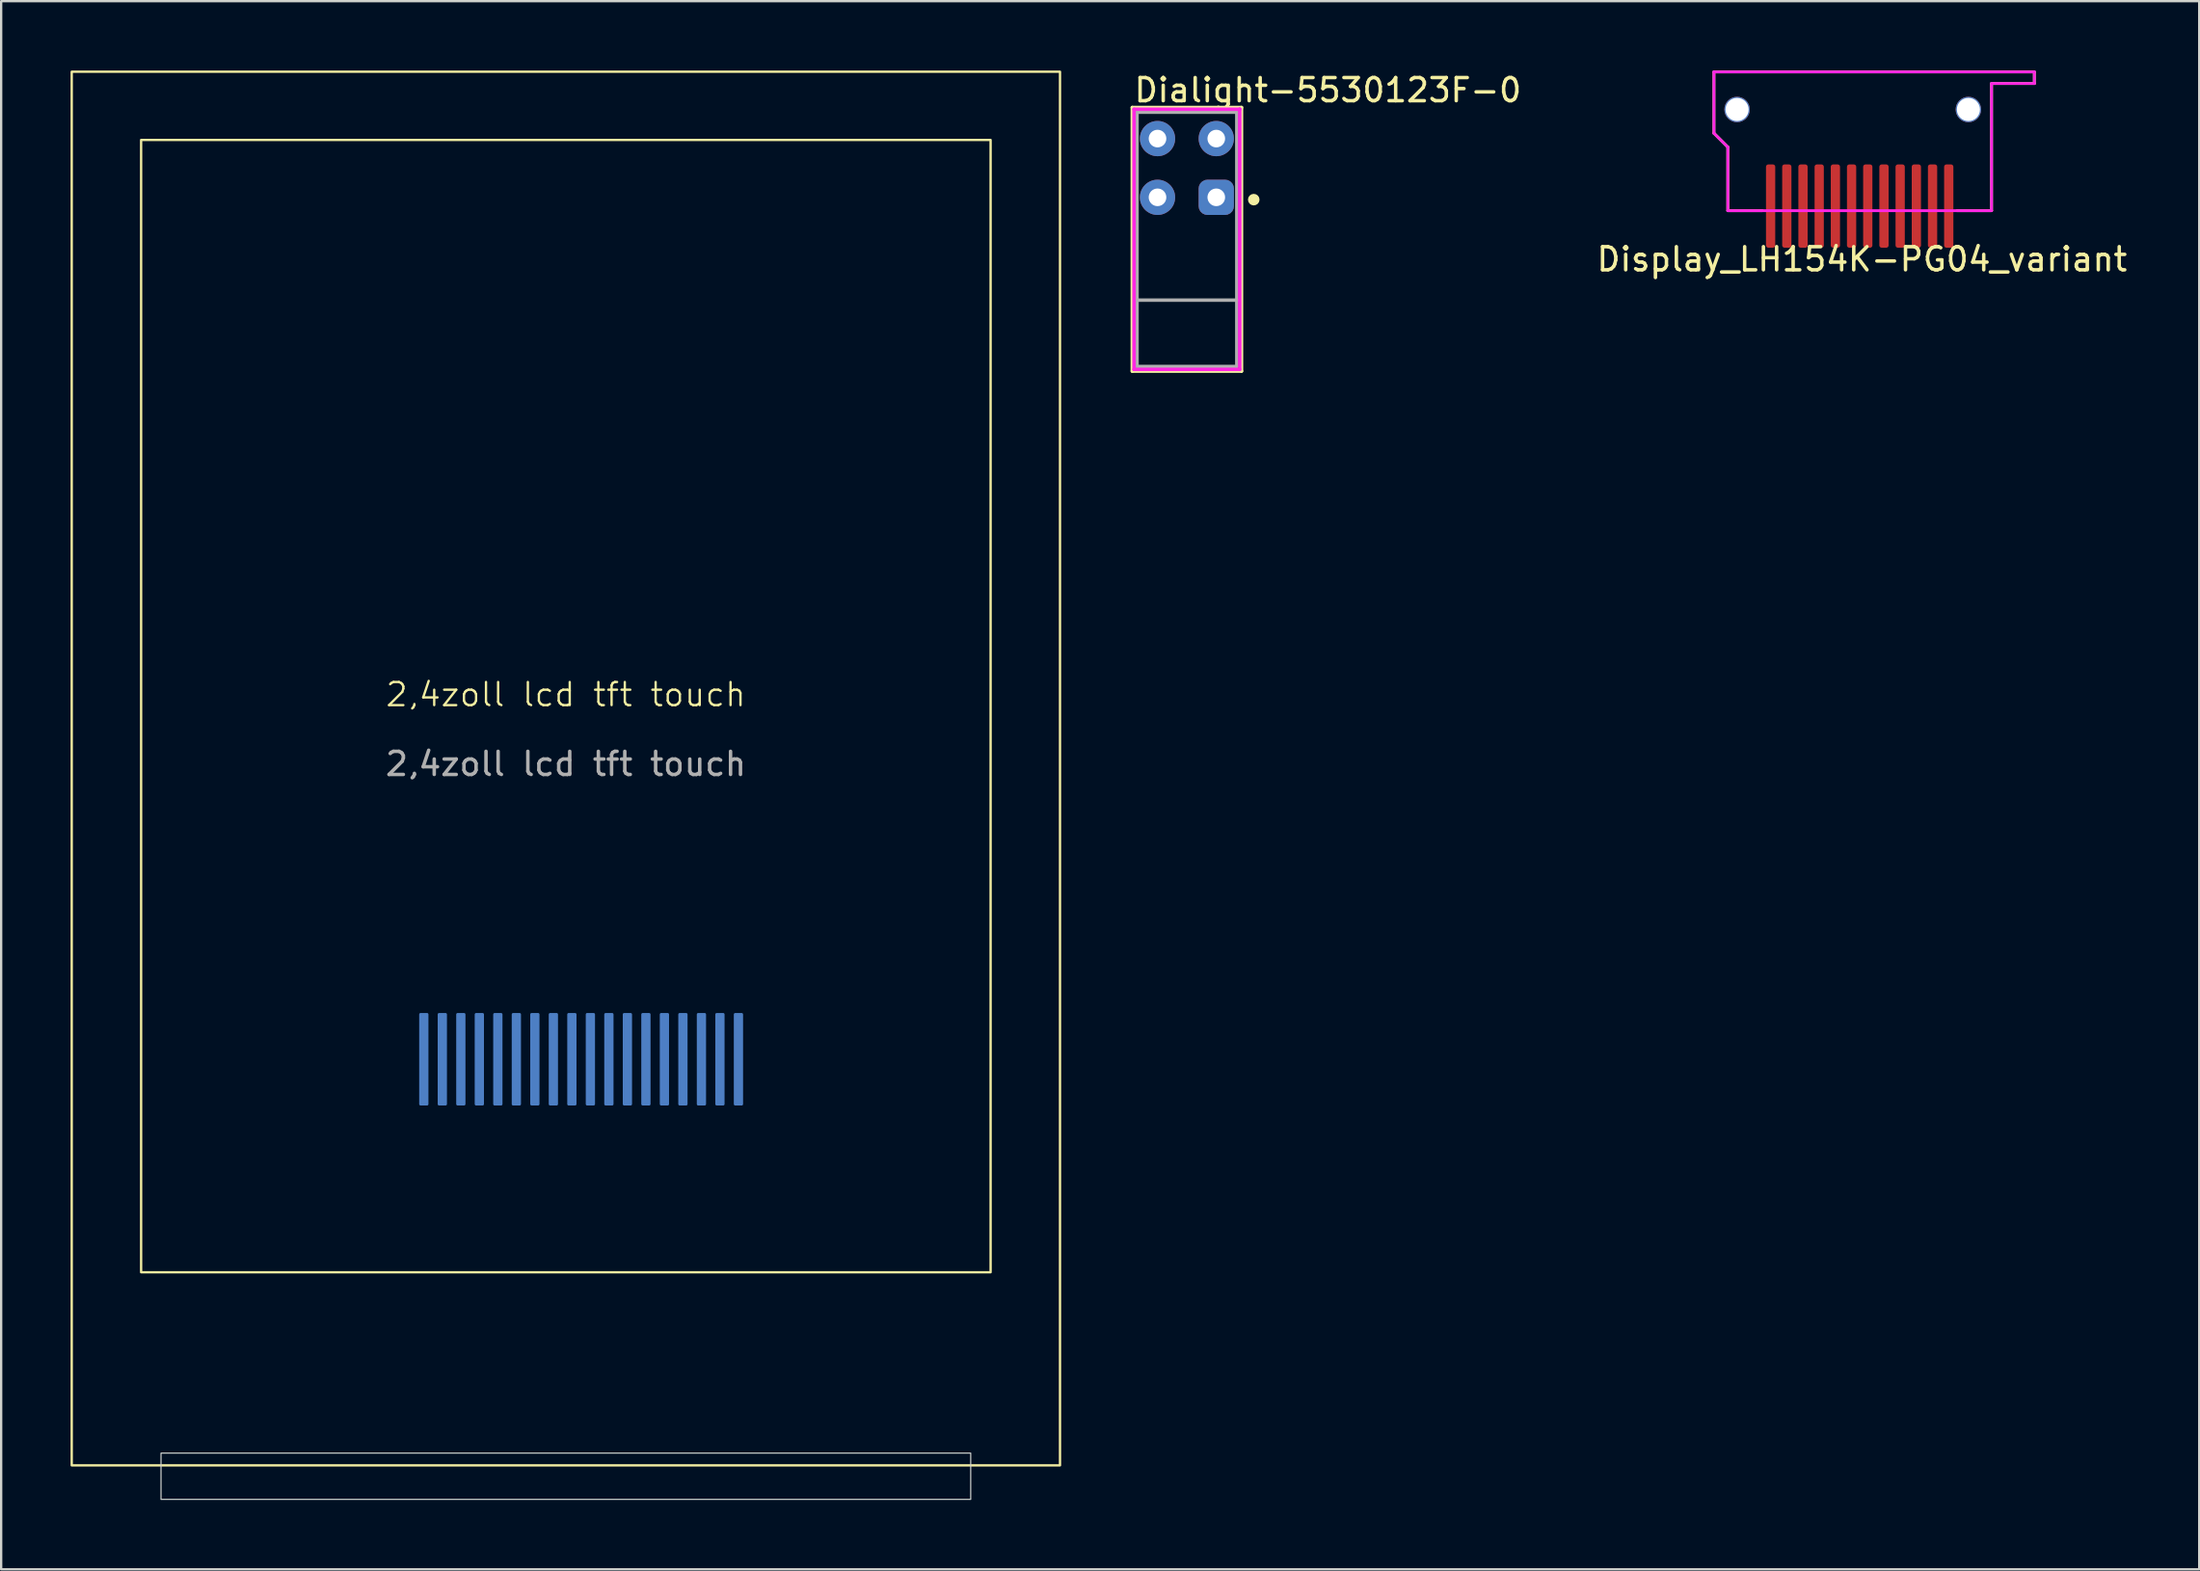
<source format=kicad_pcb>
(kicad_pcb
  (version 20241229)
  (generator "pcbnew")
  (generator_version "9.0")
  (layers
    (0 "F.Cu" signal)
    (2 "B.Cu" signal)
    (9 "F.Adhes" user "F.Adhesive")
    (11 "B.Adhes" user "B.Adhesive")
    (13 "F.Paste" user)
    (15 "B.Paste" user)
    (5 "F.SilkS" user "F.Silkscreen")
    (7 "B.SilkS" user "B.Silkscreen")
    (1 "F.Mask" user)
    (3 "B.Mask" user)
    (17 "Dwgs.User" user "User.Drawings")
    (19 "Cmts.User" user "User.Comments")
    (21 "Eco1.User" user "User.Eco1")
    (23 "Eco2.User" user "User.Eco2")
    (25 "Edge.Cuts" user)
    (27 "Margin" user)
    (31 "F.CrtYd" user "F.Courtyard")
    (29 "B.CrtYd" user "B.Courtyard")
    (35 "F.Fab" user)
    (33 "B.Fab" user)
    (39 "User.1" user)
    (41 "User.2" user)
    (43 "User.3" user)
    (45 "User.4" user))
  (footprint "2,4zoll lcd tft touch"
    (layer "F.Cu")
    (at 21.41 27.48)
    (property "Reference" "2,4zoll lcd tft touch" (at 0 -0.5 0) (unlocked yes) (layer "F.SilkS") (effects (font (size 1 1) (thickness 0.1))))
    (attr smd)
    (fp_rect (start -21.36 -27.43) (end 21.36 32.83) (stroke (width 0.1) (type solid)) (fill no) (layer "F.SilkS"))
    (fp_rect (start -18.36 -24.48) (end 18.36 24.48) (stroke (width 0.1) (type solid)) (fill no) (layer "F.SilkS"))
    (fp_rect (start -17.5 32.3) (end 17.5 34.3) (stroke (width 0.05) (type default)) (fill no) (layer "Edge.Cuts"))
    (fp_text user "${REFERENCE}" (at 0 2.5 0) (unlocked yes) (layer "F.Fab") (effects (font (size 1 1) (thickness 0.15))))
    (pad "1" smd roundrect (at -6.14 15.27) (size 0.4 4) (layers "B.Cu" "B.Mask" "B.Paste") (roundrect_rratio 0.15))
    (pad "2" smd roundrect (at -5.34 15.27) (size 0.4 4) (layers "B.Cu" "B.Mask" "B.Paste") (roundrect_rratio 0.15))
    (pad "3" smd roundrect (at -4.54 15.27) (size 0.4 4) (layers "B.Cu" "B.Mask" "B.Paste") (roundrect_rratio 0.15))
    (pad "4" smd roundrect (at -3.74 15.27) (size 0.4 4) (layers "B.Cu" "B.Mask" "B.Paste") (roundrect_rratio 0.15))
    (pad "5" smd roundrect (at -2.94 15.27) (size 0.4 4) (layers "B.Cu" "B.Mask" "B.Paste") (roundrect_rratio 0.15))
    (pad "6" smd roundrect (at -2.14 15.27) (size 0.4 4) (layers "B.Cu" "B.Mask" "B.Paste") (roundrect_rratio 0.15))
    (pad "7" smd roundrect (at -1.34 15.27) (size 0.4 4) (layers "B.Cu" "B.Mask" "B.Paste") (roundrect_rratio 0.15))
    (pad "8" smd roundrect (at -0.54 15.27) (size 0.4 4) (layers "B.Cu" "B.Mask" "B.Paste") (roundrect_rratio 0.15))
    (pad "9" smd roundrect (at 0.26 15.27) (size 0.4 4) (layers "B.Cu" "B.Mask" "B.Paste") (roundrect_rratio 0.15))
    (pad "10" smd roundrect (at 1.06 15.27) (size 0.4 4) (layers "B.Cu" "B.Mask" "B.Paste") (roundrect_rratio 0.15))
    (pad "11" smd roundrect (at 1.86 15.27) (size 0.4 4) (layers "B.Cu" "B.Mask" "B.Paste") (roundrect_rratio 0.15))
    (pad "12" smd roundrect (at 2.66 15.27) (size 0.4 4) (layers "B.Cu" "B.Mask" "B.Paste") (roundrect_rratio 0.15))
    (pad "13" smd roundrect (at 3.46 15.27) (size 0.4 4) (layers "B.Cu" "B.Mask" "B.Paste") (roundrect_rratio 0.15))
    (pad "14" smd roundrect (at 4.26 15.27) (size 0.4 4) (layers "B.Cu" "B.Mask" "B.Paste") (roundrect_rratio 0.15))
    (pad "15" smd roundrect (at 5.06 15.27) (size 0.4 4) (layers "B.Cu" "B.Mask" "B.Paste") (roundrect_rratio 0.15))
    (pad "16" smd roundrect (at 5.86 15.27) (size 0.4 4) (layers "B.Cu" "B.Mask" "B.Paste") (roundrect_rratio 0.15))
    (pad "17" smd roundrect (at 6.66 15.27) (size 0.4 4) (layers "B.Cu" "B.Mask" "B.Paste") (roundrect_rratio 0.15))
    (pad "18" smd roundrect (at 7.46 15.27) (size 0.4 4) (layers "B.Cu" "B.Mask" "B.Paste") (roundrect_rratio 0.15)))
  (footprint "Display_LH154K-PG04_variant"
    (layer "F.Cu")
    (at 77.337 6.06)
    (property "Reference" "Display_LH154K-PG04_variant" (at 0.1 2.1 0) (layer "F.SilkS") (effects (font (size 1 1) (thickness 0.15))))
    (attr through_hole)
    (fp_line (start -6.3 -6) (end 7.55 -6) (stroke (width 0.12) (type solid)) (layer "F.SilkS"))
    (fp_line (start -6.3 -3.35) (end -6.3 -6) (stroke (width 0.12) (type solid)) (layer "F.SilkS"))
    (fp_line (start -5.7 -2.75) (end -6.3 -3.35) (stroke (width 0.12) (type solid)) (layer "F.SilkS"))
    (fp_line (start -5.7 0) (end -5.7 -2.75) (stroke (width 0.12) (type solid)) (layer "F.SilkS"))
    (fp_line (start -4.2 0) (end -5.7 0) (stroke (width 0.12) (type solid)) (layer "F.SilkS"))
    (fp_line (start 4.2 0) (end 5.7 0) (stroke (width 0.12) (type solid)) (layer "F.SilkS"))
    (fp_line (start 5.7 0) (end 5.7 -5.5) (stroke (width 0.12) (type solid)) (layer "F.SilkS"))
    (fp_line (start 7.55 -6) (end 7.55 -5.5) (stroke (width 0.12) (type solid)) (layer "F.SilkS"))
    (fp_line (start 7.55 -5.5) (end 5.7 -5.5) (stroke (width 0.12) (type solid)) (layer "F.SilkS"))
    (fp_line (start -6.3 -6) (end -6.3 -3.35) (stroke (width 0.12) (type solid)) (layer "F.CrtYd"))
    (fp_line (start -6.3 -3.35) (end -5.7 -2.75) (stroke (width 0.12) (type solid)) (layer "F.CrtYd"))
    (fp_line (start -5.7 -2.75) (end -5.7 0) (stroke (width 0.12) (type solid)) (layer "F.CrtYd"))
    (fp_line (start -5.7 0) (end 5.7 0) (stroke (width 0.12) (type solid)) (layer "F.CrtYd"))
    (fp_line (start 5.7 -5.5) (end 7.55 -5.5) (stroke (width 0.12) (type solid)) (layer "F.CrtYd"))
    (fp_line (start 5.7 0) (end 5.7 -5.5) (stroke (width 0.12) (type solid)) (layer "F.CrtYd"))
    (fp_line (start 7.55 -6) (end -6.3 -6) (stroke (width 0.12) (type solid)) (layer "F.CrtYd"))
    (fp_line (start 7.55 -5.5) (end 7.55 -6) (stroke (width 0.12) (type solid)) (layer "F.CrtYd"))
    (pad "" np_thru_hole circle (at -5.3 -4.375) (size 1.1 1.1) (drill 1) (layers "*.Cu" "*.Mask"))
    (pad "" np_thru_hole circle (at 4.7 -4.375) (size 1.1 1.1) (drill 1) (layers "*.Cu" "*.Mask"))
    (pad "1" smd roundrect (at -3.85 -0.2 180) (size 0.4 3.6) (layers "F.Cu" "F.Mask" "F.Paste") (roundrect_rratio 0.25))
    (pad "2" smd roundrect (at -3.15 -0.2 180) (size 0.4 3.6) (layers "F.Cu" "F.Mask" "F.Paste") (roundrect_rratio 0.25))
    (pad "3" smd roundrect (at -2.45 -0.2 180) (size 0.4 3.6) (layers "F.Cu" "F.Mask" "F.Paste") (roundrect_rratio 0.25))
    (pad "4" smd roundrect (at -1.75 -0.2 180) (size 0.4 3.6) (layers "F.Cu" "F.Mask" "F.Paste") (roundrect_rratio 0.25))
    (pad "5" smd roundrect (at -1.05 -0.2 180) (size 0.4 3.6) (layers "F.Cu" "F.Mask" "F.Paste") (roundrect_rratio 0.25))
    (pad "6" smd roundrect (at -0.35 -0.2 180) (size 0.4 3.6) (layers "F.Cu" "F.Mask" "F.Paste") (roundrect_rratio 0.25))
    (pad "7" smd roundrect (at 0.35 -0.2 180) (size 0.4 3.6) (layers "F.Cu" "F.Mask" "F.Paste") (roundrect_rratio 0.25))
    (pad "8" smd roundrect (at 1.05 -0.2 180) (size 0.4 3.6) (layers "F.Cu" "F.Mask" "F.Paste") (roundrect_rratio 0.25))
    (pad "9" smd roundrect (at 1.75 -0.2 180) (size 0.4 3.6) (layers "F.Cu" "F.Mask" "F.Paste") (roundrect_rratio 0.25))
    (pad "10" smd roundrect (at 2.45 -0.2 180) (size 0.4 3.6) (layers "F.Cu" "F.Mask" "F.Paste") (roundrect_rratio 0.25))
    (pad "11" smd roundrect (at 3.15 -0.2 180) (size 0.4 3.6) (layers "F.Cu" "F.Mask" "F.Paste") (roundrect_rratio 0.25))
    (pad "12" smd roundrect (at 3.85 -0.2 180) (size 0.4 3.6) (layers "F.Cu" "F.Mask" "F.Paste") (roundrect_rratio 0.25)))
  (footprint "Dialight-5530123F-0"
    (layer "F.Cu")
    (at 48.255 5.863)
    (property "Reference" "Dialight-5530123F-0" (at -2.36 -5.015 0) (layer "F.SilkS") (effects (font (size 1 1) (thickness 0.15)) (justify left)))
    (attr through_hole)
    (fp_line (start -2.36 -4.265) (end 2.36 -4.265) (stroke (width 0.15) (type solid)) (layer "F.SilkS"))
    (fp_line (start -2.36 7.135) (end -2.36 -4.265) (stroke (width 0.15) (type solid)) (layer "F.SilkS"))
    (fp_line (start 2.36 -4.265) (end 2.36 7.135) (stroke (width 0.15) (type solid)) (layer "F.SilkS"))
    (fp_line (start 2.36 7.135) (end -2.36 7.135) (stroke (width 0.15) (type solid)) (layer "F.SilkS"))
    (fp_circle (center 2.89 -0.281) (end 3.015 -0.281) (stroke (width 0.25) (type solid)) (fill no) (layer "F.SilkS"))
    (fp_line (start -2.285 -4.19) (end -2.285 7.06) (stroke (width 0.15) (type solid)) (layer "F.CrtYd"))
    (fp_line (start -2.285 7.06) (end 2.285 7.06) (stroke (width 0.15) (type solid)) (layer "F.CrtYd"))
    (fp_line (start 2.285 -4.19) (end -2.285 -4.19) (stroke (width 0.15) (type solid)) (layer "F.CrtYd"))
    (fp_line (start 2.285 -4.19) (end 2.285 -4.19) (stroke (width 0.15) (type solid)) (layer "F.CrtYd"))
    (fp_line (start 2.285 7.06) (end 2.285 -4.19) (stroke (width 0.15) (type solid)) (layer "F.CrtYd"))
    (fp_line (start -2.159 -4.064) (end 2.159 -4.064) (stroke (width 0.152) (type solid)) (layer "F.Fab"))
    (fp_line (start -2.159 4.064) (end -2.159 -4.064) (stroke (width 0.152) (type solid)) (layer "F.Fab"))
    (fp_line (start -2.159 6.934) (end -2.159 4.064) (stroke (width 0.152) (type solid)) (layer "F.Fab"))
    (fp_line (start -2.159 6.934) (end 2.159 6.934) (stroke (width 0.152) (type solid)) (layer "F.Fab"))
    (fp_line (start 2.159 -4.064) (end 2.159 4.064) (stroke (width 0.152) (type solid)) (layer "F.Fab"))
    (fp_line (start 2.159 4.064) (end -2.159 4.064) (stroke (width 0.152) (type solid)) (layer "F.Fab"))
    (fp_line (start 2.159 6.934) (end 2.159 4.064) (stroke (width 0.152) (type solid)) (layer "F.Fab"))
    (pad "1" thru_hole roundrect (at 1.27 -0.381) (size 1.524 1.524) (drill 0.762) (layers "*.Cu" "*.Mask") (roundrect_rratio 0.25))
    (pad "2" thru_hole circle (at -1.27 -0.381) (size 1.524 1.524) (drill 0.762) (layers "*.Cu" "*.Mask"))
    (pad "3" thru_hole circle (at 1.27 -2.921) (size 1.524 1.524) (drill 0.762) (layers "*.Cu" "*.Mask"))
    (pad "4" thru_hole circle (at -1.27 -2.921) (size 1.524 1.524) (drill 0.762) (layers "*.Cu" "*.Mask")))
  (gr_rect
    (start -3 -3)
    (end 92.014 64.805)
    (stroke (width 0.1) (type default))
    (fill no)
    (layer "Edge.Cuts")))
</source>
